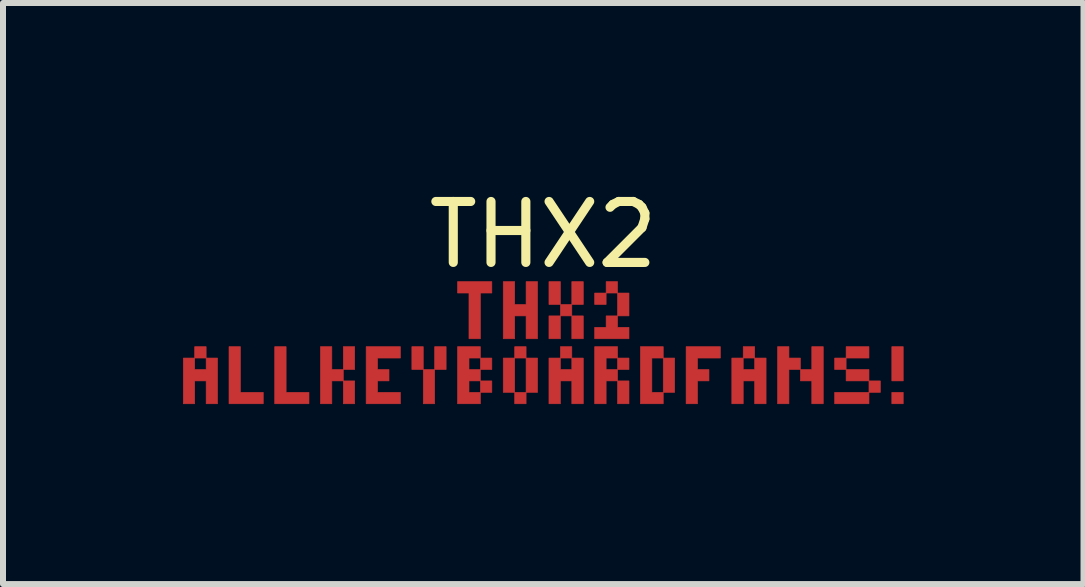
<source format=kicad_pcb>
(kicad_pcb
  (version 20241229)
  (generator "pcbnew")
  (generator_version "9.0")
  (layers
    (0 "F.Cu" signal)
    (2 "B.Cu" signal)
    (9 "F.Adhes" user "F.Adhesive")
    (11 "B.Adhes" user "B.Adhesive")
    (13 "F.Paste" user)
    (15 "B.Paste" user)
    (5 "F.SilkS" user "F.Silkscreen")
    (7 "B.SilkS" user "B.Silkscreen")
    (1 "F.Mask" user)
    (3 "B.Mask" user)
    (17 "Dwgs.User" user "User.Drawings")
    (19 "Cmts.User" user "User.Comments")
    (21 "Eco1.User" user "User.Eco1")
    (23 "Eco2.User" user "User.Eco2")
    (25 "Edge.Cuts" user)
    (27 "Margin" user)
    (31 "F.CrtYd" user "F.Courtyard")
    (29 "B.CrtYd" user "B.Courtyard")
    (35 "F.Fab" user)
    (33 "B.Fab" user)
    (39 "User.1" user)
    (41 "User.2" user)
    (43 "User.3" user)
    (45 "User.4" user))
  (footprint "THX2"
    (layer "F.Cu")
    (at 6.005 2.662)
    (property "Reference" "THX2" (at 0 -1.8 0) (layer "F.SilkS") (effects (font (size 1.016 1.016) (thickness 0.152))))
    (attr through_hole)
    (fp_poly (pts (xy -5.81 0.256) (xy -5.81 0.066) (xy -5.619 0.066) (xy -5.619 0.256) (xy -5.81 0.256)) (stroke (width 0.01) (type solid)) (fill yes) (layer "F.Cu"))
    (fp_poly (pts (xy -3.333 0.447) (xy -3.333 0.066) (xy -3.143 0.066) (xy -3.143 0.447) (xy -3.333 0.447)) (stroke (width 0.01) (type solid)) (fill yes) (layer "F.Cu"))
    (fp_poly (pts (xy -3.333 1.018) (xy -3.333 0.637) (xy -3.143 0.637) (xy -3.143 1.018) (xy -3.333 1.018)) (stroke (width 0.01) (type solid)) (fill yes) (layer "F.Cu"))
    (fp_poly (pts (xy -2.19 0.447) (xy -2.19 0.066) (xy -2 0.066) (xy -2 0.447) (xy -2.19 0.447)) (stroke (width 0.01) (type solid)) (fill yes) (layer "F.Cu"))
    (fp_poly (pts (xy -2 1.018) (xy -2 0.447) (xy -1.81 0.447) (xy -1.81 1.018) (xy -2 1.018)) (stroke (width 0.01) (type solid)) (fill yes) (layer "F.Cu"))
    (fp_poly (pts (xy -1.81 0.447) (xy -1.81 0.066) (xy -1.619 0.066) (xy -1.619 0.447) (xy -1.81 0.447)) (stroke (width 0.01) (type solid)) (fill yes) (layer "F.Cu"))
    (fp_poly (pts (xy -1.048 0.447) (xy -1.048 0.256) (xy -0.857 0.256) (xy -0.857 0.447) (xy -1.048 0.447)) (stroke (width 0.01) (type solid)) (fill yes) (layer "F.Cu"))
    (fp_poly (pts (xy -1.048 0.828) (xy -1.048 0.637) (xy -0.857 0.637) (xy -0.857 0.828) (xy -1.048 0.828)) (stroke (width 0.01) (type solid)) (fill yes) (layer "F.Cu"))
    (fp_poly (pts (xy -0.667 0.828) (xy -0.667 0.256) (xy -0.476 0.256) (xy -0.476 0.828) (xy -0.667 0.828)) (stroke (width 0.01) (type solid)) (fill yes) (layer "F.Cu"))
    (fp_poly (pts (xy -0.476 0.256) (xy -0.476 0.066) (xy -0.286 0.066) (xy -0.286 0.256) (xy -0.476 0.256)) (stroke (width 0.01) (type solid)) (fill yes) (layer "F.Cu"))
    (fp_poly (pts (xy -0.476 1.018) (xy -0.476 0.828) (xy -0.286 0.828) (xy -0.286 1.018) (xy -0.476 1.018)) (stroke (width 0.01) (type solid)) (fill yes) (layer "F.Cu"))
    (fp_poly (pts (xy -0.286 0.828) (xy -0.286 0.256) (xy -0.095 0.256) (xy -0.095 0.828) (xy -0.286 0.828)) (stroke (width 0.01) (type solid)) (fill yes) (layer "F.Cu"))
    (fp_poly (pts (xy 0.095 -0.637) (xy 0.095 -1.018) (xy 0.286 -1.018) (xy 0.286 -0.637) (xy 0.095 -0.637)) (stroke (width 0.01) (type solid)) (fill yes) (layer "F.Cu"))
    (fp_poly (pts (xy 0.095 -0.066) (xy 0.095 -0.447) (xy 0.286 -0.447) (xy 0.286 -0.066) (xy 0.095 -0.066)) (stroke (width 0.01) (type solid)) (fill yes) (layer "F.Cu"))
    (fp_poly (pts (xy 0.286 -0.447) (xy 0.286 -0.637) (xy 0.476 -0.637) (xy 0.476 -0.447) (xy 0.286 -0.447)) (stroke (width 0.01) (type solid)) (fill yes) (layer "F.Cu"))
    (fp_poly (pts (xy 0.286 0.256) (xy 0.286 0.066) (xy 0.476 0.066) (xy 0.476 0.256) (xy 0.286 0.256)) (stroke (width 0.01) (type solid)) (fill yes) (layer "F.Cu"))
    (fp_poly (pts (xy 0.476 -0.637) (xy 0.476 -1.018) (xy 0.667 -1.018) (xy 0.667 -0.637) (xy 0.476 -0.637)) (stroke (width 0.01) (type solid)) (fill yes) (layer "F.Cu"))
    (fp_poly (pts (xy 0.476 -0.066) (xy 0.476 -0.447) (xy 0.667 -0.447) (xy 0.667 -0.066) (xy 0.476 -0.066)) (stroke (width 0.01) (type solid)) (fill yes) (layer "F.Cu"))
    (fp_poly (pts (xy 0.857 -0.637) (xy 0.857 -0.828) (xy 1.048 -0.828) (xy 1.048 -0.637) (xy 0.857 -0.637)) (stroke (width 0.01) (type solid)) (fill yes) (layer "F.Cu"))
    (fp_poly (pts (xy 1.048 -0.828) (xy 1.048 -1.018) (xy 1.238 -1.018) (xy 1.238 -0.828) (xy 1.048 -0.828)) (stroke (width 0.01) (type solid)) (fill yes) (layer "F.Cu"))
    (fp_poly (pts (xy 1.238 -0.447) (xy 1.238 -0.828) (xy 1.429 -0.828) (xy 1.429 -0.447) (xy 1.238 -0.447)) (stroke (width 0.01) (type solid)) (fill yes) (layer "F.Cu"))
    (fp_poly (pts (xy 1.238 0.447) (xy 1.238 0.256) (xy 1.429 0.256) (xy 1.429 0.447) (xy 1.238 0.447)) (stroke (width 0.01) (type solid)) (fill yes) (layer "F.Cu"))
    (fp_poly (pts (xy 1.238 1.018) (xy 1.238 0.637) (xy 1.429 0.637) (xy 1.429 1.018) (xy 1.238 1.018)) (stroke (width 0.01) (type solid)) (fill yes) (layer "F.Cu"))
    (fp_poly (pts (xy 2 0.828) (xy 2 0.256) (xy 2.19 0.256) (xy 2.19 0.828) (xy 2 0.828)) (stroke (width 0.01) (type solid)) (fill yes) (layer "F.Cu"))
    (fp_poly (pts (xy 3.333 0.256) (xy 3.333 0.066) (xy 3.524 0.066) (xy 3.524 0.256) (xy 3.333 0.256)) (stroke (width 0.01) (type solid)) (fill yes) (layer "F.Cu"))
    (fp_poly (pts (xy 4.857 0.447) (xy 4.857 0.256) (xy 5.048 0.256) (xy 5.048 0.447) (xy 4.857 0.447)) (stroke (width 0.01) (type solid)) (fill yes) (layer "F.Cu"))
    (fp_poly (pts (xy 4.857 1.018) (xy 4.857 0.828) (xy 5.429 0.828) (xy 5.429 1.018) (xy 4.857 1.018)) (stroke (width 0.01) (type solid)) (fill yes) (layer "F.Cu"))
    (fp_poly (pts (xy 5.048 0.256) (xy 5.048 0.066) (xy 5.429 0.066) (xy 5.429 0.256) (xy 5.048 0.256)) (stroke (width 0.01) (type solid)) (fill yes) (layer "F.Cu"))
    (fp_poly (pts (xy 5.048 0.637) (xy 5.048 0.447) (xy 5.429 0.447) (xy 5.429 0.637) (xy 5.048 0.637)) (stroke (width 0.01) (type solid)) (fill yes) (layer "F.Cu"))
    (fp_poly (pts (xy 5.429 0.828) (xy 5.429 0.637) (xy 5.619 0.637) (xy 5.619 0.828) (xy 5.429 0.828)) (stroke (width 0.01) (type solid)) (fill yes) (layer "F.Cu"))
    (fp_poly (pts (xy 5.81 0.637) (xy 5.81 0.066) (xy 6 0.066) (xy 6 0.637) (xy 5.81 0.637)) (stroke (width 0.01) (type solid)) (fill yes) (layer "F.Cu"))
    (fp_poly (pts (xy 5.81 1.018) (xy 5.81 0.828) (xy 6 0.828) (xy 6 1.018) (xy 5.81 1.018)) (stroke (width 0.01) (type solid)) (fill yes) (layer "F.Cu"))
    (fp_poly (pts (xy -5.238 1.018) (xy -5.238 0.066) (xy -5.048 0.066) (xy -5.048 0.828) (xy -4.667 0.828) (xy -4.667 1.018) (xy -5.238 1.018)) (stroke (width 0.01) (type solid)) (fill yes) (layer "F.Cu"))
    (fp_poly (pts (xy -4.476 1.018) (xy -4.476 0.066) (xy -4.286 0.066) (xy -4.286 0.828) (xy -3.905 0.828) (xy -3.905 1.018) (xy -4.476 1.018)) (stroke (width 0.01) (type solid)) (fill yes) (layer "F.Cu"))
    (fp_poly (pts (xy -3.714 1.018) (xy -3.714 0.066) (xy -3.524 0.066) (xy -3.524 0.447) (xy -3.333 0.447) (xy -3.333 0.637) (xy -3.524 0.637) (xy -3.524 1.018) (xy -3.714 1.018)) (stroke (width 0.01) (type solid)) (fill yes) (layer "F.Cu"))
    (fp_poly (pts (xy -1.238 -0.066) (xy -1.238 -0.828) (xy -1.429 -0.828) (xy -1.429 -1.018) (xy -0.857 -1.018) (xy -0.857 -0.828) (xy -1.048 -0.828) (xy -1.048 -0.066) (xy -1.238 -0.066)) (stroke (width 0.01) (type solid)) (fill yes) (layer "F.Cu"))
    (fp_poly (pts (xy 0.857 -0.066) (xy 0.857 -0.256) (xy 1.048 -0.256) (xy 1.048 -0.447) (xy 1.238 -0.447) (xy 1.238 -0.256) (xy 1.429 -0.256) (xy 1.429 -0.066) (xy 0.857 -0.066)) (stroke (width 0.01) (type solid)) (fill yes) (layer "F.Cu"))
    (fp_poly (pts (xy 1.619 1.018) (xy 1.619 0.066) (xy 2 0.066) (xy 2 0.256) (xy 1.81 0.256) (xy 1.81 0.828) (xy 2 0.828) (xy 2 1.018) (xy 1.619 1.018)) (stroke (width 0.01) (type solid)) (fill yes) (layer "F.Cu"))
    (fp_poly (pts (xy 3.905 1.018) (xy 3.905 0.066) (xy 4.095 0.066) (xy 4.095 0.256) (xy 4.286 0.256) (xy 4.286 0.447) (xy 4.095 0.447) (xy 4.095 1.018) (xy 3.905 1.018)) (stroke (width 0.01) (type solid)) (fill yes) (layer "F.Cu"))
    (fp_poly (pts (xy 4.476 1.018) (xy 4.476 0.637) (xy 4.286 0.637) (xy 4.286 0.447) (xy 4.476 0.447) (xy 4.476 0.066) (xy 4.667 0.066) (xy 4.667 1.018) (xy 4.476 1.018)) (stroke (width 0.01) (type solid)) (fill yes) (layer "F.Cu"))
    (fp_poly (pts (xy 0.857 1.018) (xy 0.857 0.066) (xy 1.238 0.066) (xy 1.238 0.256) (xy 1.048 0.256) (xy 1.048 0.447) (xy 1.238 0.447) (xy 1.238 0.637) (xy 1.048 0.637) (xy 1.048 1.018) (xy 0.857 1.018)) (stroke (width 0.01) (type solid)) (fill yes) (layer "F.Cu"))
    (fp_poly (pts (xy 2.381 1.018) (xy 2.381 0.066) (xy 2.952 0.066) (xy 2.952 0.256) (xy 2.571 0.256) (xy 2.571 0.447) (xy 2.762 0.447) (xy 2.762 0.637) (xy 2.571 0.637) (xy 2.571 1.018) (xy 2.381 1.018)) (stroke (width 0.01) (type solid)) (fill yes) (layer "F.Cu"))
    (fp_poly (pts (xy -6 1.018) (xy -6 0.256) (xy -5.81 0.256) (xy -5.81 0.447) (xy -5.619 0.447) (xy -5.619 0.256) (xy -5.429 0.256) (xy -5.429 1.018) (xy -5.619 1.018) (xy -5.619 0.637) (xy -5.81 0.637) (xy -5.81 1.018) (xy -6 1.018)) (stroke (width 0.01) (type solid)) (fill yes) (layer "F.Cu"))
    (fp_poly (pts (xy -2.952 1.018) (xy -2.952 0.066) (xy -2.381 0.066) (xy -2.381 0.256) (xy -2.762 0.256) (xy -2.762 0.447) (xy -2.571 0.447) (xy -2.571 0.637) (xy -2.762 0.637) (xy -2.762 0.828) (xy -2.381 0.828) (xy -2.381 1.018) (xy -2.952 1.018)) (stroke (width 0.01) (type solid)) (fill yes) (layer "F.Cu"))
    (fp_poly (pts (xy -1.429 1.018) (xy -1.429 0.066) (xy -1.048 0.066) (xy -1.048 0.256) (xy -1.238 0.256) (xy -1.238 0.447) (xy -1.048 0.447) (xy -1.048 0.637) (xy -1.238 0.637) (xy -1.238 0.828) (xy -1.048 0.828) (xy -1.048 1.018) (xy -1.429 1.018)) (stroke (width 0.01) (type solid)) (fill yes) (layer "F.Cu"))
    (fp_poly (pts (xy -0.667 -0.066) (xy -0.667 -1.018) (xy -0.476 -1.018) (xy -0.476 -0.637) (xy -0.286 -0.637) (xy -0.286 -1.018) (xy -0.095 -1.018) (xy -0.095 -0.066) (xy -0.286 -0.066) (xy -0.286 -0.447) (xy -0.476 -0.447) (xy -0.476 -0.066) (xy -0.667 -0.066)) (stroke (width 0.01) (type solid)) (fill yes) (layer "F.Cu"))
    (fp_poly (pts (xy 0.095 1.018) (xy 0.095 0.256) (xy 0.286 0.256) (xy 0.286 0.447) (xy 0.476 0.447) (xy 0.476 0.256) (xy 0.667 0.256) (xy 0.667 1.018) (xy 0.476 1.018) (xy 0.476 0.637) (xy 0.286 0.637) (xy 0.286 1.018) (xy 0.095 1.018)) (stroke (width 0.01) (type solid)) (fill yes) (layer "F.Cu"))
    (fp_poly (pts (xy 3.143 1.018) (xy 3.143 0.256) (xy 3.333 0.256) (xy 3.333 0.447) (xy 3.524 0.447) (xy 3.524 0.256) (xy 3.714 0.256) (xy 3.714 1.018) (xy 3.524 1.018) (xy 3.524 0.637) (xy 3.333 0.637) (xy 3.333 1.018) (xy 3.143 1.018)) (stroke (width 0.01) (type solid)) (fill yes) (layer "F.Cu"))
    (fp_poly (pts (xy -5.81 0.256) (xy -5.81 0.066) (xy -5.619 0.066) (xy -5.619 0.256) (xy -5.81 0.256)) (stroke (width 0.01) (type solid)) (fill yes) (layer "F.Mask"))
    (fp_poly (pts (xy -3.333 0.447) (xy -3.333 0.066) (xy -3.143 0.066) (xy -3.143 0.447) (xy -3.333 0.447)) (stroke (width 0.01) (type solid)) (fill yes) (layer "F.Mask"))
    (fp_poly (pts (xy -3.333 1.018) (xy -3.333 0.637) (xy -3.143 0.637) (xy -3.143 1.018) (xy -3.333 1.018)) (stroke (width 0.01) (type solid)) (fill yes) (layer "F.Mask"))
    (fp_poly (pts (xy -2.19 0.447) (xy -2.19 0.066) (xy -2 0.066) (xy -2 0.447) (xy -2.19 0.447)) (stroke (width 0.01) (type solid)) (fill yes) (layer "F.Mask"))
    (fp_poly (pts (xy -2 1.018) (xy -2 0.447) (xy -1.81 0.447) (xy -1.81 1.018) (xy -2 1.018)) (stroke (width 0.01) (type solid)) (fill yes) (layer "F.Mask"))
    (fp_poly (pts (xy -1.81 0.447) (xy -1.81 0.066) (xy -1.619 0.066) (xy -1.619 0.447) (xy -1.81 0.447)) (stroke (width 0.01) (type solid)) (fill yes) (layer "F.Mask"))
    (fp_poly (pts (xy -1.048 0.447) (xy -1.048 0.256) (xy -0.857 0.256) (xy -0.857 0.447) (xy -1.048 0.447)) (stroke (width 0.01) (type solid)) (fill yes) (layer "F.Mask"))
    (fp_poly (pts (xy -1.048 0.828) (xy -1.048 0.637) (xy -0.857 0.637) (xy -0.857 0.828) (xy -1.048 0.828)) (stroke (width 0.01) (type solid)) (fill yes) (layer "F.Mask"))
    (fp_poly (pts (xy -0.667 0.828) (xy -0.667 0.256) (xy -0.476 0.256) (xy -0.476 0.828) (xy -0.667 0.828)) (stroke (width 0.01) (type solid)) (fill yes) (layer "F.Mask"))
    (fp_poly (pts (xy -0.476 0.256) (xy -0.476 0.066) (xy -0.286 0.066) (xy -0.286 0.256) (xy -0.476 0.256)) (stroke (width 0.01) (type solid)) (fill yes) (layer "F.Mask"))
    (fp_poly (pts (xy -0.476 1.018) (xy -0.476 0.828) (xy -0.286 0.828) (xy -0.286 1.018) (xy -0.476 1.018)) (stroke (width 0.01) (type solid)) (fill yes) (layer "F.Mask"))
    (fp_poly (pts (xy -0.286 0.828) (xy -0.286 0.256) (xy -0.095 0.256) (xy -0.095 0.828) (xy -0.286 0.828)) (stroke (width 0.01) (type solid)) (fill yes) (layer "F.Mask"))
    (fp_poly (pts (xy 0.095 -0.637) (xy 0.095 -1.018) (xy 0.286 -1.018) (xy 0.286 -0.637) (xy 0.095 -0.637)) (stroke (width 0.01) (type solid)) (fill yes) (layer "F.Mask"))
    (fp_poly (pts (xy 0.095 -0.066) (xy 0.095 -0.447) (xy 0.286 -0.447) (xy 0.286 -0.066) (xy 0.095 -0.066)) (stroke (width 0.01) (type solid)) (fill yes) (layer "F.Mask"))
    (fp_poly (pts (xy 0.286 -0.447) (xy 0.286 -0.637) (xy 0.476 -0.637) (xy 0.476 -0.447) (xy 0.286 -0.447)) (stroke (width 0.01) (type solid)) (fill yes) (layer "F.Mask"))
    (fp_poly (pts (xy 0.286 0.256) (xy 0.286 0.066) (xy 0.476 0.066) (xy 0.476 0.256) (xy 0.286 0.256)) (stroke (width 0.01) (type solid)) (fill yes) (layer "F.Mask"))
    (fp_poly (pts (xy 0.476 -0.637) (xy 0.476 -1.018) (xy 0.667 -1.018) (xy 0.667 -0.637) (xy 0.476 -0.637)) (stroke (width 0.01) (type solid)) (fill yes) (layer "F.Mask"))
    (fp_poly (pts (xy 0.476 -0.066) (xy 0.476 -0.447) (xy 0.667 -0.447) (xy 0.667 -0.066) (xy 0.476 -0.066)) (stroke (width 0.01) (type solid)) (fill yes) (layer "F.Mask"))
    (fp_poly (pts (xy 0.857 -0.637) (xy 0.857 -0.828) (xy 1.048 -0.828) (xy 1.048 -0.637) (xy 0.857 -0.637)) (stroke (width 0.01) (type solid)) (fill yes) (layer "F.Mask"))
    (fp_poly (pts (xy 1.048 -0.828) (xy 1.048 -1.018) (xy 1.238 -1.018) (xy 1.238 -0.828) (xy 1.048 -0.828)) (stroke (width 0.01) (type solid)) (fill yes) (layer "F.Mask"))
    (fp_poly (pts (xy 1.238 -0.447) (xy 1.238 -0.828) (xy 1.429 -0.828) (xy 1.429 -0.447) (xy 1.238 -0.447)) (stroke (width 0.01) (type solid)) (fill yes) (layer "F.Mask"))
    (fp_poly (pts (xy 1.238 0.447) (xy 1.238 0.256) (xy 1.429 0.256) (xy 1.429 0.447) (xy 1.238 0.447)) (stroke (width 0.01) (type solid)) (fill yes) (layer "F.Mask"))
    (fp_poly (pts (xy 1.238 1.018) (xy 1.238 0.637) (xy 1.429 0.637) (xy 1.429 1.018) (xy 1.238 1.018)) (stroke (width 0.01) (type solid)) (fill yes) (layer "F.Mask"))
    (fp_poly (pts (xy 2 0.828) (xy 2 0.256) (xy 2.19 0.256) (xy 2.19 0.828) (xy 2 0.828)) (stroke (width 0.01) (type solid)) (fill yes) (layer "F.Mask"))
    (fp_poly (pts (xy 3.333 0.256) (xy 3.333 0.066) (xy 3.524 0.066) (xy 3.524 0.256) (xy 3.333 0.256)) (stroke (width 0.01) (type solid)) (fill yes) (layer "F.Mask"))
    (fp_poly (pts (xy 4.857 0.447) (xy 4.857 0.256) (xy 5.048 0.256) (xy 5.048 0.447) (xy 4.857 0.447)) (stroke (width 0.01) (type solid)) (fill yes) (layer "F.Mask"))
    (fp_poly (pts (xy 4.857 1.018) (xy 4.857 0.828) (xy 5.429 0.828) (xy 5.429 1.018) (xy 4.857 1.018)) (stroke (width 0.01) (type solid)) (fill yes) (layer "F.Mask"))
    (fp_poly (pts (xy 5.048 0.256) (xy 5.048 0.066) (xy 5.429 0.066) (xy 5.429 0.256) (xy 5.048 0.256)) (stroke (width 0.01) (type solid)) (fill yes) (layer "F.Mask"))
    (fp_poly (pts (xy 5.048 0.637) (xy 5.048 0.447) (xy 5.429 0.447) (xy 5.429 0.637) (xy 5.048 0.637)) (stroke (width 0.01) (type solid)) (fill yes) (layer "F.Mask"))
    (fp_poly (pts (xy 5.429 0.828) (xy 5.429 0.637) (xy 5.619 0.637) (xy 5.619 0.828) (xy 5.429 0.828)) (stroke (width 0.01) (type solid)) (fill yes) (layer "F.Mask"))
    (fp_poly (pts (xy 5.81 0.637) (xy 5.81 0.066) (xy 6 0.066) (xy 6 0.637) (xy 5.81 0.637)) (stroke (width 0.01) (type solid)) (fill yes) (layer "F.Mask"))
    (fp_poly (pts (xy 5.81 1.018) (xy 5.81 0.828) (xy 6 0.828) (xy 6 1.018) (xy 5.81 1.018)) (stroke (width 0.01) (type solid)) (fill yes) (layer "F.Mask"))
    (fp_poly (pts (xy -5.238 1.018) (xy -5.238 0.066) (xy -5.048 0.066) (xy -5.048 0.828) (xy -4.667 0.828) (xy -4.667 1.018) (xy -5.238 1.018)) (stroke (width 0.01) (type solid)) (fill yes) (layer "F.Mask"))
    (fp_poly (pts (xy -4.476 1.018) (xy -4.476 0.066) (xy -4.286 0.066) (xy -4.286 0.828) (xy -3.905 0.828) (xy -3.905 1.018) (xy -4.476 1.018)) (stroke (width 0.01) (type solid)) (fill yes) (layer "F.Mask"))
    (fp_poly (pts (xy -3.714 1.018) (xy -3.714 0.066) (xy -3.524 0.066) (xy -3.524 0.447) (xy -3.333 0.447) (xy -3.333 0.637) (xy -3.524 0.637) (xy -3.524 1.018) (xy -3.714 1.018)) (stroke (width 0.01) (type solid)) (fill yes) (layer "F.Mask"))
    (fp_poly (pts (xy -1.238 -0.066) (xy -1.238 -0.828) (xy -1.429 -0.828) (xy -1.429 -1.018) (xy -0.857 -1.018) (xy -0.857 -0.828) (xy -1.048 -0.828) (xy -1.048 -0.066) (xy -1.238 -0.066)) (stroke (width 0.01) (type solid)) (fill yes) (layer "F.Mask"))
    (fp_poly (pts (xy 0.857 -0.066) (xy 0.857 -0.256) (xy 1.048 -0.256) (xy 1.048 -0.447) (xy 1.238 -0.447) (xy 1.238 -0.256) (xy 1.429 -0.256) (xy 1.429 -0.066) (xy 0.857 -0.066)) (stroke (width 0.01) (type solid)) (fill yes) (layer "F.Mask"))
    (fp_poly (pts (xy 1.619 1.018) (xy 1.619 0.066) (xy 2 0.066) (xy 2 0.256) (xy 1.81 0.256) (xy 1.81 0.828) (xy 2 0.828) (xy 2 1.018) (xy 1.619 1.018)) (stroke (width 0.01) (type solid)) (fill yes) (layer "F.Mask"))
    (fp_poly (pts (xy 3.905 1.018) (xy 3.905 0.066) (xy 4.095 0.066) (xy 4.095 0.256) (xy 4.286 0.256) (xy 4.286 0.447) (xy 4.095 0.447) (xy 4.095 1.018) (xy 3.905 1.018)) (stroke (width 0.01) (type solid)) (fill yes) (layer "F.Mask"))
    (fp_poly (pts (xy 4.476 1.018) (xy 4.476 0.637) (xy 4.286 0.637) (xy 4.286 0.447) (xy 4.476 0.447) (xy 4.476 0.066) (xy 4.667 0.066) (xy 4.667 1.018) (xy 4.476 1.018)) (stroke (width 0.01) (type solid)) (fill yes) (layer "F.Mask"))
    (fp_poly (pts (xy 0.857 1.018) (xy 0.857 0.066) (xy 1.238 0.066) (xy 1.238 0.256) (xy 1.048 0.256) (xy 1.048 0.447) (xy 1.238 0.447) (xy 1.238 0.637) (xy 1.048 0.637) (xy 1.048 1.018) (xy 0.857 1.018)) (stroke (width 0.01) (type solid)) (fill yes) (layer "F.Mask"))
    (fp_poly (pts (xy 2.381 1.018) (xy 2.381 0.066) (xy 2.952 0.066) (xy 2.952 0.256) (xy 2.571 0.256) (xy 2.571 0.447) (xy 2.762 0.447) (xy 2.762 0.637) (xy 2.571 0.637) (xy 2.571 1.018) (xy 2.381 1.018)) (stroke (width 0.01) (type solid)) (fill yes) (layer "F.Mask"))
    (fp_poly (pts (xy -6 1.018) (xy -6 0.256) (xy -5.81 0.256) (xy -5.81 0.447) (xy -5.619 0.447) (xy -5.619 0.256) (xy -5.429 0.256) (xy -5.429 1.018) (xy -5.619 1.018) (xy -5.619 0.637) (xy -5.81 0.637) (xy -5.81 1.018) (xy -6 1.018)) (stroke (width 0.01) (type solid)) (fill yes) (layer "F.Mask"))
    (fp_poly (pts (xy -2.952 1.018) (xy -2.952 0.066) (xy -2.381 0.066) (xy -2.381 0.256) (xy -2.762 0.256) (xy -2.762 0.447) (xy -2.571 0.447) (xy -2.571 0.637) (xy -2.762 0.637) (xy -2.762 0.828) (xy -2.381 0.828) (xy -2.381 1.018) (xy -2.952 1.018)) (stroke (width 0.01) (type solid)) (fill yes) (layer "F.Mask"))
    (fp_poly (pts (xy -1.429 1.018) (xy -1.429 0.066) (xy -1.048 0.066) (xy -1.048 0.256) (xy -1.238 0.256) (xy -1.238 0.447) (xy -1.048 0.447) (xy -1.048 0.637) (xy -1.238 0.637) (xy -1.238 0.828) (xy -1.048 0.828) (xy -1.048 1.018) (xy -1.429 1.018)) (stroke (width 0.01) (type solid)) (fill yes) (layer "F.Mask"))
    (fp_poly (pts (xy -0.667 -0.066) (xy -0.667 -1.018) (xy -0.476 -1.018) (xy -0.476 -0.637) (xy -0.286 -0.637) (xy -0.286 -1.018) (xy -0.095 -1.018) (xy -0.095 -0.066) (xy -0.286 -0.066) (xy -0.286 -0.447) (xy -0.476 -0.447) (xy -0.476 -0.066) (xy -0.667 -0.066)) (stroke (width 0.01) (type solid)) (fill yes) (layer "F.Mask"))
    (fp_poly (pts (xy 0.095 1.018) (xy 0.095 0.256) (xy 0.286 0.256) (xy 0.286 0.447) (xy 0.476 0.447) (xy 0.476 0.256) (xy 0.667 0.256) (xy 0.667 1.018) (xy 0.476 1.018) (xy 0.476 0.637) (xy 0.286 0.637) (xy 0.286 1.018) (xy 0.095 1.018)) (stroke (width 0.01) (type solid)) (fill yes) (layer "F.Mask"))
    (fp_poly (pts (xy 3.143 1.018) (xy 3.143 0.256) (xy 3.333 0.256) (xy 3.333 0.447) (xy 3.524 0.447) (xy 3.524 0.256) (xy 3.714 0.256) (xy 3.714 1.018) (xy 3.524 1.018) (xy 3.524 0.637) (xy 3.333 0.637) (xy 3.333 1.018) (xy 3.143 1.018)) (stroke (width 0.01) (type solid)) (fill yes) (layer "F.Mask")))
  (gr_rect
    (start -3 -3)
    (end 15.01 6.685)
    (stroke (width 0.1) (type default))
    (fill no)
    (layer "Edge.Cuts")))
</source>
